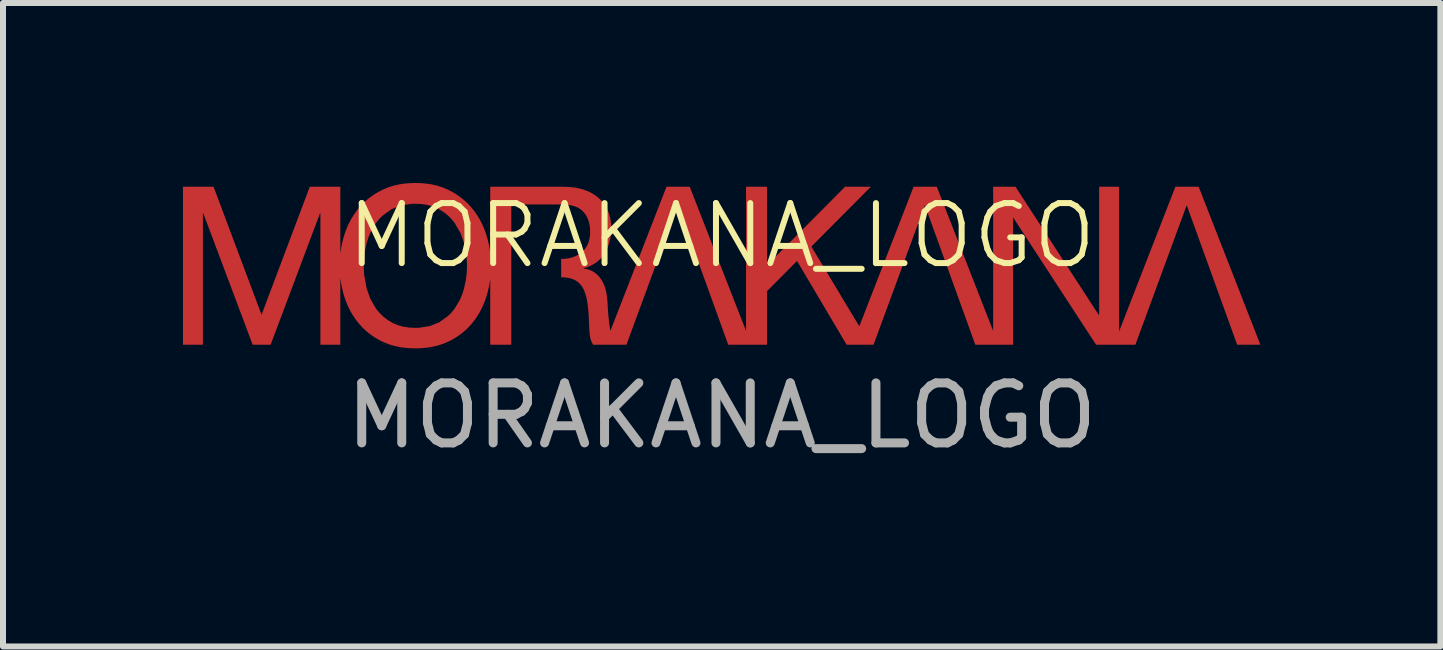
<source format=kicad_pcb>
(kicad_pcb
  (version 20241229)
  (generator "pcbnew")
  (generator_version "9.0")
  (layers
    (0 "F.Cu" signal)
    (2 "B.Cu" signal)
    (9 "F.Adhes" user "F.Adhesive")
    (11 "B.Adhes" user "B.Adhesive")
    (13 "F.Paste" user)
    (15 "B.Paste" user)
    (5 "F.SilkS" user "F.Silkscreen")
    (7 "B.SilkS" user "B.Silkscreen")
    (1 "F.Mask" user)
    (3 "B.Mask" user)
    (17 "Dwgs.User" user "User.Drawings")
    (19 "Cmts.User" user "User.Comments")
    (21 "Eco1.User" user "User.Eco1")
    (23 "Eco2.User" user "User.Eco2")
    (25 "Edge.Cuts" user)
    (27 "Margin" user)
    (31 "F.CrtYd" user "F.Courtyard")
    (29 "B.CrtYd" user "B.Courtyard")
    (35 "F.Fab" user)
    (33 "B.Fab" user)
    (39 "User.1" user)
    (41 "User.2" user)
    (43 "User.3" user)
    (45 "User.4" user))
  (footprint "MORAKANA_LOGO"
    (layer "F.Cu")
    (at 8.98 1.378)
    (property "Reference" "MORAKANA_LOGO" (at 0 -0.5 0) (unlocked yes) (layer "F.SilkS") (effects (font (size 1 1) (thickness 0.1))))
    (attr smd)
    (fp_text user "${REFERENCE}" (at 0 2.5 0) (unlocked yes) (layer "F.Fab") (effects (font (size 1 1) (thickness 0.15))))
    (pad "1" smd custom (at 0.435 -0.025) (size 0.051 0.051) (layers "F.Cu" "F.Mask" "F.Paste") (options (anchor circle)) (primitives (gr_poly (pts (xy -5.503 -1.352) (xy -5.464 -1.351) (xy -5.427 -1.348) (xy -5.39 -1.345) (xy -5.353 -1.341) (xy -5.317 -1.336) (xy -5.282 -1.331) (xy -5.247 -1.324) (xy -5.213 -1.316) (xy -5.18 -1.308) (xy -5.147 -1.298) (xy -5.115 -1.288) (xy -5.083 -1.277) (xy -5.052 -1.265) (xy -5.022 -1.252) (xy -4.992 -1.238) (xy -4.963 -1.223) (xy -4.934 -1.208) (xy -4.906 -1.192) (xy -4.879 -1.176) (xy -4.852 -1.159) (xy -4.826 -1.141) (xy -4.8 -1.123) (xy -4.775 -1.104) (xy -4.751 -1.085) (xy -4.727 -1.065) (xy -4.704 -1.044) (xy -4.681 -1.023) (xy -4.659 -1.001) (xy -4.638 -0.979) (xy -4.617 -0.955) (xy -4.597 -0.932) (xy -4.577 -0.908) (xy -4.559 -0.883) (xy -4.54 -0.858) (xy -4.523 -0.832) (xy -4.506 -0.806) (xy -4.489 -0.78) (xy -4.473 -0.753) (xy -4.458 -0.726) (xy -4.444 -0.698) (xy -4.43 -0.67) (xy -4.416 -0.641) (xy -4.404 -0.612) (xy -4.392 -0.582) (xy -4.38 -0.552) (xy -4.369 -0.522) (xy -4.359 -0.491) (xy -4.348 -0.454) (xy -4.337 -0.416) (xy -4.328 -0.378) (xy -4.319 -0.34) (xy -4.311 -0.302) (xy -4.304 -0.264) (xy -4.298 -0.225) (xy -4.293 -0.186) (xy -4.293 -1.29) (xy -3.078 -1.29) (xy -3.032 -1.289) (xy -2.987 -1.287) (xy -2.943 -1.283) (xy -2.9 -1.278) (xy -2.859 -1.272) (xy -2.819 -1.264) (xy -2.78 -1.254) (xy -2.743 -1.244) (xy -2.707 -1.231) (xy -2.672 -1.218) (xy -2.638 -1.203) (xy -2.606 -1.186) (xy -2.575 -1.168) (xy -2.545 -1.149) (xy -2.517 -1.128) (xy -2.49 -1.105) (xy -2.464 -1.082) (xy -2.44 -1.057) (xy -2.418 -1.031) (xy -2.397 -1.005) (xy -2.378 -0.977) (xy -2.361 -0.948) (xy -2.345 -0.918) (xy -2.331 -0.887) (xy -2.318 -0.855) (xy -2.308 -0.821) (xy -2.298 -0.787) (xy -2.291 -0.752) (xy -2.285 -0.716) (xy -2.281 -0.678) (xy -2.279 -0.64) (xy -2.278 -0.6) (xy -2.278 -0.57) (xy -2.279 -0.541) (xy -2.282 -0.512) (xy -2.285 -0.484) (xy -2.288 -0.456) (xy -2.293 -0.428) (xy -2.299 -0.401) (xy -2.305 -0.375) (xy -2.312 -0.349) (xy -2.32 -0.323) (xy -2.329 -0.298) (xy -2.339 -0.273) (xy -2.35 -0.249) (xy -2.361 -0.225) (xy -2.373 -0.202) (xy -2.386 -0.179) (xy -2.401 -0.157) (xy -2.416 -0.136) (xy -2.432 -0.115) (xy -2.449 -0.096) (xy -2.467 -0.077) (xy -2.487 -0.06) (xy -2.507 -0.043) (xy -2.528 -0.027) (xy -2.55 -0.012) (xy -2.574 0.002) (xy -2.598 0.015) (xy -2.624 0.028) (xy -2.65 0.039) (xy -2.677 0.05) (xy -2.706 0.059) (xy -2.735 0.068) (xy -2.735 0.075) (xy -2.72 0.077) (xy -2.701 0.079) (xy -2.678 0.084) (xy -2.65 0.092) (xy -2.618 0.104) (xy -2.585 0.121) (xy -2.567 0.131) (xy -2.549 0.143) (xy -2.531 0.157) (xy -2.514 0.172) (xy -2.496 0.189) (xy -2.479 0.208) (xy -2.462 0.229) (xy -2.446 0.252) (xy -2.43 0.277) (xy -2.415 0.304) (xy -2.401 0.334) (xy -2.388 0.366) (xy -2.376 0.401) (xy -2.366 0.439) (xy -2.357 0.479) (xy -2.35 0.522) (xy -2.344 0.568) (xy -2.34 0.618) (xy -2.335 0.703) (xy -2.33 0.781) (xy -2.324 0.851) (xy -2.318 0.915) (xy -2.312 0.973) (xy -2.305 1.024) (xy -2.298 1.07) (xy -2.29 1.111) (xy -1.355 -1.29) (xy -0.968 -1.29) (xy -0.029 1.112) (xy -0.029 -1.29) (xy 0.321 -1.29) (xy 0.321 0.018) (xy 1.622 -1.29) (xy 2.052 -1.29) (xy 1.06 -0.293) (xy 1.859 1.036) (xy 2.764 -1.29) (xy 3.151 -1.29) (xy 4.09 1.112) (xy 4.09 -1.29) (xy 4.463 -1.29) (xy 5.85 0.846) (xy 5.857 0.846) (xy 5.857 -1.29) (xy 6.189 -1.29) (xy 6.189 1.122) (xy 7.128 -1.29) (xy 7.516 -1.29) (xy 8.545 1.344) (xy 8.158 1.344) (xy 7.32 -0.973) (xy 7.313 -0.973) (xy 6.461 1.344) (xy 5.806 1.344) (xy 4.429 -0.769) (xy 4.422 -0.769) (xy 4.422 1.344) (xy 3.793 1.344) (xy 2.956 -0.973) (xy 2.949 -0.973) (xy 2.096 1.344) (xy 1.648 1.344) (xy 0.821 -0.053) (xy 0.321 0.45) (xy 0.321 1.344) (xy -0.326 1.344) (xy -1.163 -0.973) (xy -1.17 -0.973) (xy -2.023 1.344) (xy -2.577 1.344) (xy -2.588 1.325) (xy -2.598 1.306) (xy -2.607 1.287) (xy -2.614 1.268) (xy -2.621 1.247) (xy -2.626 1.226) (xy -2.63 1.203) (xy -2.634 1.179) (xy -2.636 1.153) (xy -2.639 1.124) (xy -2.643 1.06) (xy -2.65 0.891) (xy -2.655 0.808) (xy -2.662 0.73) (xy -2.671 0.658) (xy -2.682 0.592) (xy -2.689 0.561) (xy -2.696 0.532) (xy -2.705 0.503) (xy -2.713 0.477) (xy -2.723 0.451) (xy -2.734 0.427) (xy -2.745 0.404) (xy -2.757 0.383) (xy -2.771 0.363) (xy -2.785 0.344) (xy -2.8 0.327) (xy -2.817 0.311) (xy -2.834 0.296) (xy -2.853 0.283) (xy -2.873 0.27) (xy -2.894 0.26) (xy -2.916 0.25) (xy -2.94 0.242) (xy -2.965 0.235) (xy -2.991 0.229) (xy -3.019 0.225) (xy -3.048 0.222) (xy -3.079 0.22) (xy -3.111 0.219) (xy -3.111 -0.086) (xy -3.098 -0.087) (xy -3.084 -0.088) (xy -3.057 -0.089) (xy -3.044 -0.09) (xy -3.03 -0.091) (xy -3.017 -0.093) (xy -3.004 -0.094) (xy -2.991 -0.097) (xy -2.977 -0.1) (xy -2.964 -0.102) (xy -2.951 -0.106) (xy -2.938 -0.109) (xy -2.925 -0.113) (xy -2.913 -0.117) (xy -2.901 -0.122) (xy -2.889 -0.126) (xy -2.877 -0.131) (xy -2.865 -0.136) (xy -2.854 -0.142) (xy -2.843 -0.147) (xy -2.832 -0.153) (xy -2.821 -0.16) (xy -2.811 -0.166) (xy -2.801 -0.173) (xy -2.791 -0.18) (xy -2.781 -0.188) (xy -2.771 -0.195) (xy -2.762 -0.203) (xy -2.753 -0.212) (xy -2.745 -0.22) (xy -2.736 -0.229) (xy -2.728 -0.238) (xy -2.72 -0.248) (xy -2.712 -0.257) (xy -2.705 -0.267) (xy -2.698 -0.278) (xy -2.691 -0.288) (xy -2.684 -0.299) (xy -2.678 -0.31) (xy -2.672 -0.322) (xy -2.666 -0.334) (xy -2.661 -0.346) (xy -2.656 -0.359) (xy -2.652 -0.372) (xy -2.648 -0.386) (xy -2.644 -0.4) (xy -2.641 -0.414) (xy -2.638 -0.429) (xy -2.635 -0.444) (xy -2.633 -0.46) (xy -2.631 -0.476) (xy -2.63 -0.492) (xy -2.629 -0.509) (xy -2.628 -0.527) (xy -2.628 -0.544) (xy -2.629 -0.569) (xy -2.63 -0.593) (xy -2.632 -0.617) (xy -2.635 -0.64) (xy -2.639 -0.662) (xy -2.644 -0.684) (xy -2.649 -0.705) (xy -2.656 -0.725) (xy -2.663 -0.745) (xy -2.671 -0.765) (xy -2.68 -0.784) (xy -2.69 -0.802) (xy -2.701 -0.82) (xy -2.713 -0.837) (xy -2.725 -0.853) (xy -2.739 -0.869) (xy -2.753 -0.884) (xy -2.769 -0.898) (xy -2.785 -0.912) (xy -2.803 -0.924) (xy -2.821 -0.935) (xy -2.841 -0.946) (xy -2.862 -0.955) (xy -2.884 -0.963) (xy -2.907 -0.971) (xy -2.931 -0.977) (xy -2.956 -0.982) (xy -2.982 -0.987) (xy -3.009 -0.99) (xy -3.037 -0.993) (xy -3.066 -0.994) (xy -3.097 -0.995) (xy -3.942 -0.995) (xy -3.942 1.344) (xy -4.293 1.344) (xy -4.293 0.241) (xy -4.298 0.28) (xy -4.304 0.319) (xy -4.311 0.357) (xy -4.319 0.395) (xy -4.328 0.433) (xy -4.337 0.471) (xy -4.348 0.508) (xy -4.359 0.545) (xy -4.369 0.576) (xy -4.38 0.607) (xy -4.392 0.637) (xy -4.404 0.666) (xy -4.416 0.696) (xy -4.43 0.724) (xy -4.444 0.753) (xy -4.458 0.78) (xy -4.473 0.808) (xy -4.489 0.835) (xy -4.506 0.861) (xy -4.523 0.887) (xy -4.54 0.913) (xy -4.559 0.938) (xy -4.577 0.962) (xy -4.597 0.987) (xy -4.617 1.01) (xy -4.638 1.033) (xy -4.659 1.056) (xy -4.681 1.078) (xy -4.704 1.099) (xy -4.727 1.119) (xy -4.751 1.139) (xy -4.775 1.159) (xy -4.8 1.177) (xy -4.826 1.195) (xy -4.852 1.213) (xy -4.879 1.23) (xy -4.906 1.246) (xy -4.934 1.262) (xy -4.963 1.277) (xy -4.992 1.291) (xy -5.022 1.305) (xy -5.052 1.317) (xy -5.083 1.329) (xy -5.115 1.34) (xy -5.147 1.35) (xy -5.18 1.36) (xy -5.213 1.368) (xy -5.247 1.375) (xy -5.282 1.382) (xy -5.317 1.388) (xy -5.353 1.392) (xy -5.39 1.396) (xy -5.427 1.399) (xy -5.464 1.402) (xy -5.503 1.403) (xy -5.542 1.403) (xy -5.58 1.403) (xy -5.619 1.402) (xy -5.656 1.399) (xy -5.694 1.396) (xy -5.73 1.392) (xy -5.766 1.388) (xy -5.801 1.382) (xy -5.836 1.375) (xy -5.87 1.368) (xy -5.903 1.36) (xy -5.936 1.35) (xy -5.968 1.34) (xy -6 1.329) (xy -6.031 1.317) (xy -6.061 1.305) (xy -6.091 1.291) (xy -6.12 1.277) (xy -6.149 1.262) (xy -6.177 1.246) (xy -6.204 1.23) (xy -6.231 1.213) (xy -6.257 1.195) (xy -6.283 1.177) (xy -6.308 1.159) (xy -6.332 1.139) (xy -6.356 1.119) (xy -6.379 1.099) (xy -6.402 1.078) (xy -6.424 1.056) (xy -6.445 1.033) (xy -6.466 1.01) (xy -6.486 0.987) (xy -6.505 0.962) (xy -6.524 0.938) (xy -6.543 0.913) (xy -6.56 0.887) (xy -6.577 0.861) (xy -6.594 0.835) (xy -6.61 0.808) (xy -6.625 0.78) (xy -6.639 0.753) (xy -6.653 0.724) (xy -6.667 0.696) (xy -6.679 0.666) (xy -6.691 0.637) (xy -6.703 0.607) (xy -6.714 0.576) (xy -6.724 0.545) (xy -6.736 0.507) (xy -6.747 0.468) (xy -6.756 0.429) (xy -6.765 0.39) (xy -6.773 0.35) (xy -6.78 0.31) (xy -6.786 0.27) (xy -6.792 0.23) (xy -6.792 1.344) (xy -7.124 1.344) (xy -7.124 0.027) (xy -6.453 0.027) (xy -6.452 0.077) (xy -6.45 0.127) (xy -6.446 0.176) (xy -6.44 0.225) (xy -6.433 0.274) (xy -6.424 0.323) (xy -6.413 0.372) (xy -6.401 0.42) (xy -6.394 0.444) (xy -6.387 0.468) (xy -6.38 0.491) (xy -6.372 0.515) (xy -6.363 0.537) (xy -6.354 0.56) (xy -6.345 0.582) (xy -6.335 0.604) (xy -6.324 0.626) (xy -6.314 0.647) (xy -6.302 0.668) (xy -6.29 0.689) (xy -6.278 0.709) (xy -6.266 0.73) (xy -6.252 0.749) (xy -6.239 0.769) (xy -6.225 0.788) (xy -6.21 0.807) (xy -6.195 0.825) (xy -6.18 0.843) (xy -6.164 0.86) (xy -6.147 0.877) (xy -6.13 0.893) (xy -6.112 0.909) (xy -6.094 0.924) (xy -6.076 0.939) (xy -6.057 0.953) (xy -6.038 0.967) (xy -6.018 0.981) (xy -5.997 0.994) (xy -5.976 1.006) (xy -5.955 1.018) (xy -5.933 1.029) (xy -5.91 1.04) (xy -5.887 1.05) (xy -5.864 1.059) (xy -5.84 1.068) (xy -5.815 1.075) (xy -5.79 1.082) (xy -5.765 1.088) (xy -5.739 1.094) (xy -5.712 1.099) (xy -5.685 1.103) (xy -5.657 1.106) (xy -5.629 1.109) (xy -5.6 1.11) (xy -5.571 1.112) (xy -5.542 1.112) (xy -5.512 1.112) (xy -5.483 1.11) (xy -5.454 1.109) (xy -5.426 1.106) (xy -5.398 1.103) (xy -5.371 1.099) (xy -5.344 1.094) (xy -5.318 1.088) (xy -5.293 1.082) (xy -5.268 1.075) (xy -5.243 1.068) (xy -5.219 1.059) (xy -5.196 1.05) (xy -5.173 1.04) (xy -5.15 1.029) (xy -5.128 1.018) (xy -5.107 1.006) (xy -5.086 0.994) (xy -5.065 0.981) (xy -5.045 0.967) (xy -5.026 0.953) (xy -5.007 0.939) (xy -4.989 0.924) (xy -4.971 0.909) (xy -4.953 0.893) (xy -4.936 0.877) (xy -4.919 0.86) (xy -4.903 0.843) (xy -4.888 0.825) (xy -4.873 0.807) (xy -4.858 0.788) (xy -4.844 0.769) (xy -4.831 0.749) (xy -4.817 0.73) (xy -4.805 0.709) (xy -4.793 0.689) (xy -4.781 0.668) (xy -4.769 0.647) (xy -4.759 0.626) (xy -4.748 0.604) (xy -4.738 0.582) (xy -4.729 0.56) (xy -4.72 0.537) (xy -4.711 0.515) (xy -4.703 0.491) (xy -4.696 0.468) (xy -4.689 0.444) (xy -4.682 0.42) (xy -4.67 0.372) (xy -4.659 0.323) (xy -4.65 0.274) (xy -4.643 0.225) (xy -4.637 0.176) (xy -4.633 0.127) (xy -4.631 0.077) (xy -4.63 0.027) (xy -4.631 -0.022) (xy -4.633 -0.072) (xy -4.637 -0.121) (xy -4.643 -0.171) (xy -4.65 -0.22) (xy -4.659 -0.268) (xy -4.67 -0.317) (xy -4.682 -0.366) (xy -4.689 -0.39) (xy -4.696 -0.413) (xy -4.703 -0.437) (xy -4.711 -0.46) (xy -4.72 -0.483) (xy -4.729 -0.505) (xy -4.738 -0.528) (xy -4.748 -0.55) (xy -4.759 -0.571) (xy -4.769 -0.592) (xy -4.781 -0.614) (xy -4.793 -0.634) (xy -4.805 -0.655) (xy -4.817 -0.675) (xy -4.831 -0.695) (xy -4.844 -0.714) (xy -4.858 -0.733) (xy -4.873 -0.752) (xy -4.888 -0.77) (xy -4.903 -0.788) (xy -4.919 -0.805) (xy -4.936 -0.822) (xy -4.953 -0.838) (xy -4.971 -0.854) (xy -4.989 -0.869) (xy -5.007 -0.884) (xy -5.026 -0.898) (xy -5.045 -0.912) (xy -5.065 -0.926) (xy -5.086 -0.939) (xy -5.107 -0.951) (xy -5.128 -0.963) (xy -5.15 -0.975) (xy -5.173 -0.985) (xy -5.196 -0.995) (xy -5.219 -1.005) (xy -5.243 -1.013) (xy -5.268 -1.021) (xy -5.293 -1.028) (xy -5.318 -1.034) (xy -5.344 -1.039) (xy -5.371 -1.044) (xy -5.398 -1.048) (xy -5.426 -1.052) (xy -5.454 -1.054) (xy -5.483 -1.056) (xy -5.512 -1.057) (xy -5.542 -1.057) (xy -5.571 -1.057) (xy -5.6 -1.056) (xy -5.629 -1.054) (xy -5.657 -1.052) (xy -5.685 -1.048) (xy -5.712 -1.044) (xy -5.739 -1.039) (xy -5.765 -1.034) (xy -5.79 -1.028) (xy -5.815 -1.021) (xy -5.84 -1.013) (xy -5.864 -1.005) (xy -5.887 -0.995) (xy -5.91 -0.985) (xy -5.933 -0.975) (xy -5.955 -0.963) (xy -5.976 -0.951) (xy -5.997 -0.939) (xy -6.018 -0.926) (xy -6.038 -0.912) (xy -6.057 -0.898) (xy -6.076 -0.884) (xy -6.094 -0.869) (xy -6.112 -0.854) (xy -6.13 -0.838) (xy -6.147 -0.822) (xy -6.164 -0.805) (xy -6.18 -0.788) (xy -6.195 -0.77) (xy -6.21 -0.752) (xy -6.225 -0.733) (xy -6.239 -0.714) (xy -6.252 -0.695) (xy -6.266 -0.675) (xy -6.278 -0.655) (xy -6.29 -0.634) (xy -6.302 -0.614) (xy -6.314 -0.592) (xy -6.324 -0.571) (xy -6.335 -0.55) (xy -6.345 -0.528) (xy -6.354 -0.505) (xy -6.363 -0.483) (xy -6.372 -0.46) (xy -6.38 -0.437) (xy -6.387 -0.413) (xy -6.394 -0.39) (xy -6.401 -0.366) (xy -6.413 -0.317) (xy -6.424 -0.268) (xy -6.433 -0.22) (xy -6.44 -0.171) (xy -6.446 -0.121) (xy -6.45 -0.072) (xy -6.452 -0.022) (xy -6.453 0.027) (xy -7.124 0.027) (xy -7.124 -0.847) (xy -7.131 -0.847) (xy -7.954 1.344) (xy -8.253 1.344) (xy -9.076 -0.847) (xy -9.083 -0.847) (xy -9.083 1.344) (xy -9.415 1.344) (xy -9.415 -1.29) (xy -8.905 -1.29) (xy -8.105 0.844) (xy -7.301 -1.29) (xy -6.792 -1.29) (xy -6.792 -0.175) (xy -6.786 -0.215) (xy -6.78 -0.255) (xy -6.773 -0.295) (xy -6.765 -0.335) (xy -6.756 -0.374) (xy -6.747 -0.413) (xy -6.736 -0.452) (xy -6.724 -0.491) (xy -6.714 -0.522) (xy -6.703 -0.552) (xy -6.691 -0.582) (xy -6.679 -0.612) (xy -6.667 -0.641) (xy -6.653 -0.67) (xy -6.639 -0.698) (xy -6.625 -0.726) (xy -6.61 -0.753) (xy -6.594 -0.78) (xy -6.577 -0.806) (xy -6.56 -0.832) (xy -6.543 -0.858) (xy -6.524 -0.883) (xy -6.505 -0.908) (xy -6.486 -0.932) (xy -6.466 -0.955) (xy -6.445 -0.979) (xy -6.424 -1.001) (xy -6.402 -1.023) (xy -6.379 -1.044) (xy -6.356 -1.065) (xy -6.332 -1.085) (xy -6.308 -1.104) (xy -6.283 -1.123) (xy -6.257 -1.141) (xy -6.231 -1.159) (xy -6.204 -1.176) (xy -6.177 -1.192) (xy -6.149 -1.208) (xy -6.12 -1.223) (xy -6.091 -1.238) (xy -6.061 -1.252) (xy -6.031 -1.265) (xy -6 -1.277) (xy -5.968 -1.288) (xy -5.936 -1.298) (xy -5.903 -1.308) (xy -5.87 -1.316) (xy -5.836 -1.324) (xy -5.801 -1.331) (xy -5.766 -1.336) (xy -5.73 -1.341) (xy -5.694 -1.345) (xy -5.656 -1.348) (xy -5.619 -1.351) (xy -5.58 -1.352) (xy -5.542 -1.352)) (width 0) (fill yes)) (gr_poly (pts (xy -0.029 -0.018) (xy -0.028 -0.021) (xy -0.026 -0.023) (xy -0.024 -0.025) (xy -0.021 -0.025) (xy 0.021 -0.025) (xy 0.024 -0.025) (xy 0.026 -0.023) (xy 0.028 -0.021) (xy 0.029 -0.018) (xy 0.029 0.018) (xy 0.028 0.021) (xy 0.026 0.023) (xy 0.024 0.025) (xy 0.021 0.025) (xy -0.021 0.025) (xy -0.024 0.025) (xy -0.026 0.023) (xy -0.028 0.021) (xy -0.029 0.018)) (width 0) (fill yes)) (gr_curve (pts (xy -5.542 -1.057) (xy -5.382 -1.057) (xy -5.244 -1.026) (xy -5.128 -0.963)) (width 0.1)) (gr_curve (pts (xy -5.542 1.112) (xy -5.701 1.112) (xy -5.839 1.081) (xy -5.955 1.018)) (width 0.1)) (gr_curve (pts (xy -5.128 1.018) (xy -5.244 1.081) (xy -5.382 1.112) (xy -5.542 1.112)) (width 0.1)) (gr_curve (pts (xy -5.128 -0.963) (xy -5.013 -0.9) (xy -4.918 -0.817) (xy -4.844 -0.714)) (width 0.1)) (gr_curve (pts (xy -4.682 -0.366) (xy -4.647 -0.236) (xy -4.63 -0.106) (xy -4.63 0.027)) (width 0.1)) (gr_curve (pts (xy -4.63 0.027) (xy -4.63 0.16) (xy -4.647 0.291) (xy -4.682 0.42)) (width 0.1)) (gr_curve (pts (xy -5.955 1.018) (xy -6.07 0.955) (xy -6.165 0.872) (xy -6.239 0.769)) (width 0.1)) (gr_curve (pts (xy -6.239 -0.714) (xy -6.165 -0.817) (xy -6.07 -0.9) (xy -5.955 -0.963)) (width 0.1)) (gr_curve (pts (xy -4.844 -0.714) (xy -4.77 -0.611) (xy -4.716 -0.495) (xy -4.682 -0.366)) (width 0.1)) (gr_curve (pts (xy -6.453 0.027) (xy -6.453 -0.106) (xy -6.436 -0.236) (xy -6.401 -0.366)) (width 0.1)) (gr_curve (pts (xy -6.401 -0.366) (xy -6.367 -0.495) (xy -6.313 -0.611) (xy -6.239 -0.714)) (width 0.1)) (gr_curve (pts (xy -5.955 -0.963) (xy -5.839 -1.026) (xy -5.701 -1.057) (xy -5.542 -1.057)) (width 0.1)) (gr_curve (pts (xy -6.401 0.42) (xy -6.436 0.291) (xy -6.453 0.16) (xy -6.453 0.027)) (width 0.1)) (gr_curve (pts (xy -6.239 0.769) (xy -6.313 0.666) (xy -6.367 0.549) (xy -6.401 0.42)) (width 0.1)) (gr_curve (pts (xy -4.844 0.769) (xy -4.918 0.872) (xy -5.013 0.955) (xy -5.128 1.018)) (width 0.1)) (gr_curve (pts (xy -4.682 0.42) (xy -4.716 0.549) (xy -4.77 0.666) (xy -4.844 0.769)) (width 0.1)))))
  (gr_rect
    (start -3 -3)
    (end 20.96 7.726)
    (stroke (width 0.1) (type default))
    (fill no)
    (layer "Edge.Cuts")))
</source>
